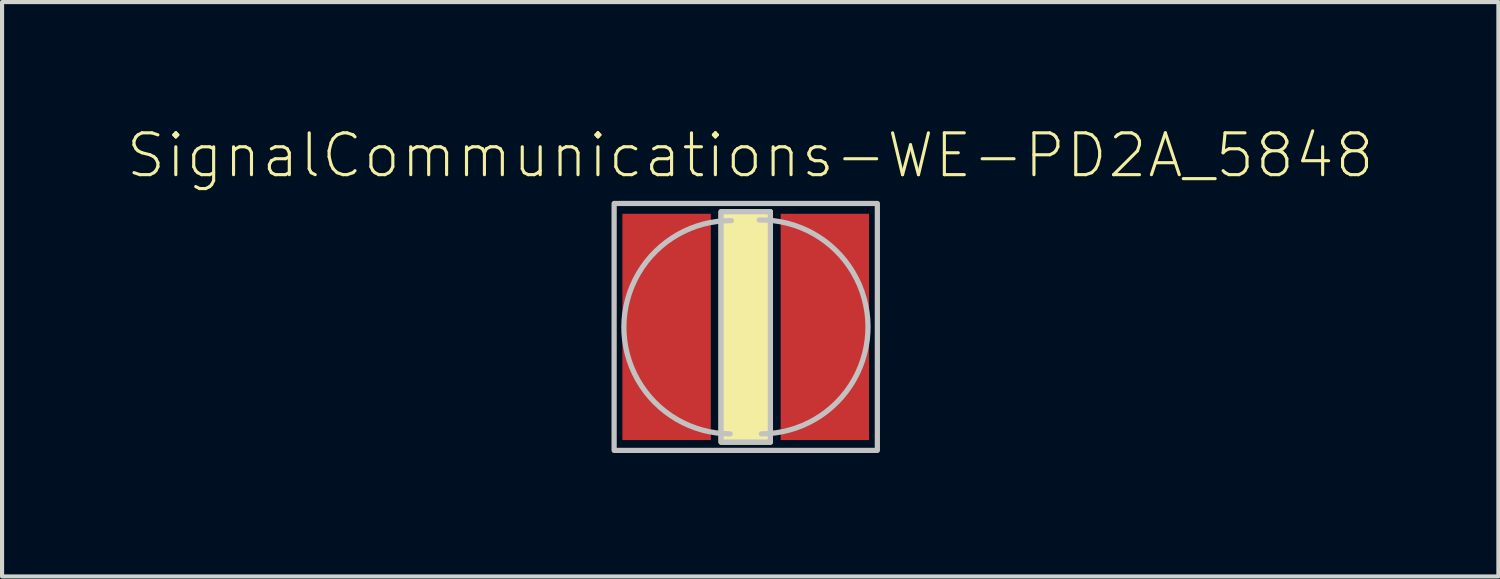
<source format=kicad_pcb>
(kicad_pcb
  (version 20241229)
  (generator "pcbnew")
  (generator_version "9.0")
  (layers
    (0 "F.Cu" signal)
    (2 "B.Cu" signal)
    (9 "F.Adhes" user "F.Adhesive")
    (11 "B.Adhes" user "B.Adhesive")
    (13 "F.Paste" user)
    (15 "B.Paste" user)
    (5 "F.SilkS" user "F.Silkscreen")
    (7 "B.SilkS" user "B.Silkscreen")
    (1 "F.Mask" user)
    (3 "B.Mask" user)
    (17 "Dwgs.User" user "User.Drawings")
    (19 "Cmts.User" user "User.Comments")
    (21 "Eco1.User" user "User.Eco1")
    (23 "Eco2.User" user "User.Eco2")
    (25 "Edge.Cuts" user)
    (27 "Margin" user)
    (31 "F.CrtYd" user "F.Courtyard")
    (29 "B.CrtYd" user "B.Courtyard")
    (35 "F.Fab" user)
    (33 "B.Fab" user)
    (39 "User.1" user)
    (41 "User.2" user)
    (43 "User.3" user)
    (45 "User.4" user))
  (footprint "SignalCommunications-WE-PD2A_5848"
    (layer "F.Cu")
    (at 15.071 4.894)
    (property "Reference" "SignalCommunications-WE-PD2A_5848" (at 0.109 -4.166 0) (layer "F.SilkS") (effects (font (size 1.016 1.016) (thickness 0.076))))
    (attr smd)
    (fp_line (start 0.328 -2.598) (end -0.348 -2.578) (stroke (width 0.127) (type solid)) (layer "F.SilkS"))
    (fp_line (start 0.378 2.598) (end -0.348 2.598) (stroke (width 0.127) (type solid)) (layer "F.SilkS"))
    (fp_poly (pts (xy -0.599 2.799) (xy -0.599 -2.799) (xy 0.599 -2.799) (xy 0.599 2.799) (xy -0.599 2.799)) (stroke (width 0.127) (type solid)) (fill yes) (layer "F.SilkS"))
    (fp_arc (start -0.37846 2.59842) (mid -2.959078 -0.007062) (end -0.349096 -2.583129) (stroke (width 0.127) (type solid)) (layer "Dwgs.User"))
    (fp_arc (start 0.32766 -2.59842) (mid 2.961748 -0.02649) (end 0.380639 2.598605) (stroke (width 0.127) (type solid)) (layer "Dwgs.User"))
    (fp_poly (pts (xy -3.198 3) (xy -3.198 -3) (xy 3.198 -3) (xy 3.198 3) (xy -3.198 3)) (stroke (width 0.127) (type solid)) (fill no) (layer "Dwgs.User"))
    (fp_poly (pts (xy -0.599 2.799) (xy -0.599 -2.799) (xy 0.599 -2.799) (xy 0.599 2.799) (xy -0.599 2.799)) (stroke (width 0.127) (type solid)) (fill no) (layer "Dwgs.User"))
    (pad "1" smd rect (at -1.923 0 90) (size 5.499 2.149) (layers "F.Cu" "F.Mask" "F.Paste"))
    (pad "2" smd rect (at 1.923 0 90) (size 5.499 2.149) (layers "F.Cu" "F.Mask" "F.Paste")))
  (gr_rect
    (start -3 -3)
    (end 33.36 10.957)
    (stroke (width 0.1) (type default))
    (fill no)
    (layer "Edge.Cuts")))
</source>
